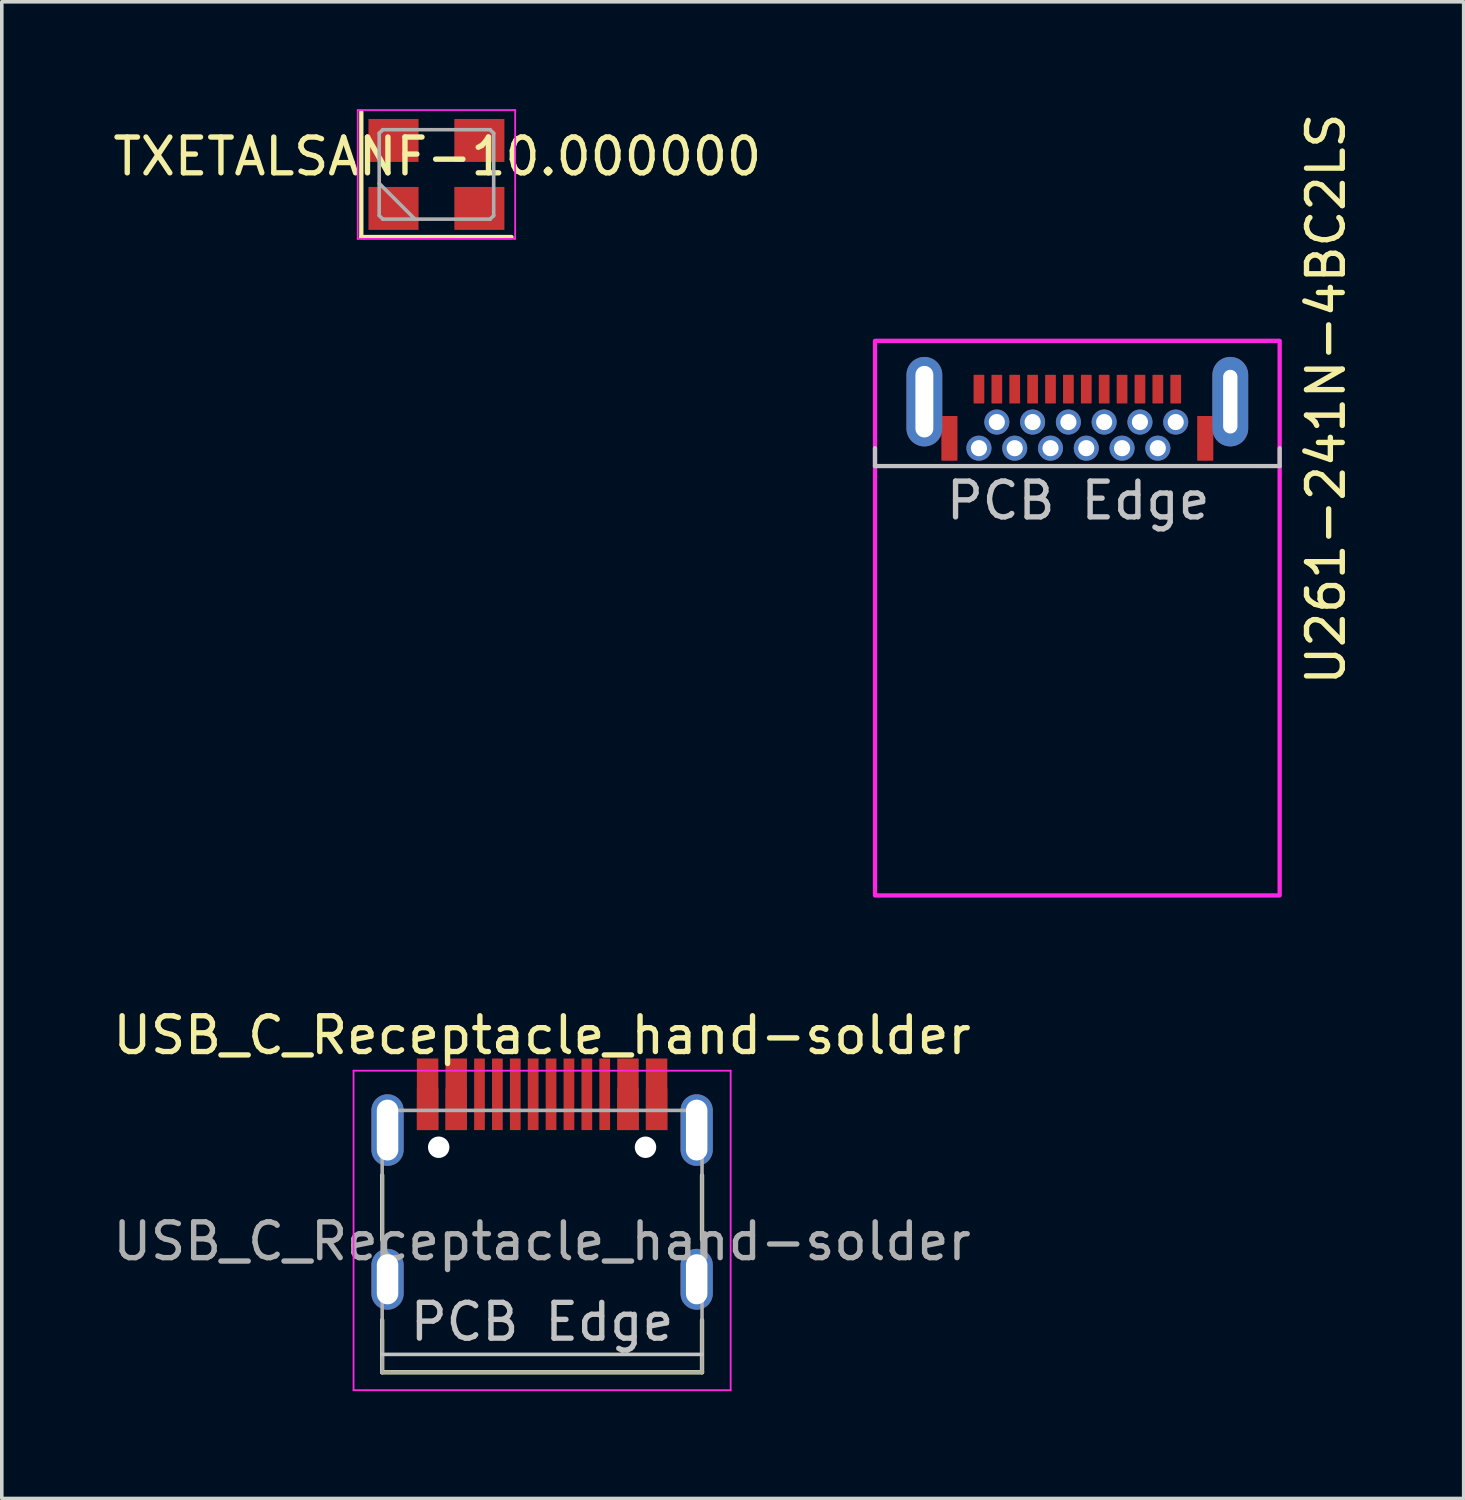
<source format=kicad_pcb>
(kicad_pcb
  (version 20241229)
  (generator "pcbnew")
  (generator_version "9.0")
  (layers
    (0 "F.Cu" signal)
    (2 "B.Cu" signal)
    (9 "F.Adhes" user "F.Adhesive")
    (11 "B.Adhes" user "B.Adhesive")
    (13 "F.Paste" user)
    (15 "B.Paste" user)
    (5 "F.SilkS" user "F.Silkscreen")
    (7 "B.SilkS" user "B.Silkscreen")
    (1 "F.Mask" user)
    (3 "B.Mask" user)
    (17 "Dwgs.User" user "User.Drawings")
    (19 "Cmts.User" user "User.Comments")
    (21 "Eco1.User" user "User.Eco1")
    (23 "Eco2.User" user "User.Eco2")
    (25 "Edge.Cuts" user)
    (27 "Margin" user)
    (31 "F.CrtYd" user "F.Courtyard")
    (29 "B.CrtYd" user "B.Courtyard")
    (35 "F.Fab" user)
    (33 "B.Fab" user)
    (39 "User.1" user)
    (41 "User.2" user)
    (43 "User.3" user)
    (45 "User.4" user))
  (footprint "TXETALSANF-10.000000"
    (layer "F.Cu")
    (at 9.173 1.825)
    (property "Reference" "TXETALSANF-10.000000" (at 0 -0.5 0) (unlocked yes) (layer "F.SilkS") (effects (font (size 1 1) (thickness 0.15))))
    (attr smd)
    (fp_line (start -2.125 -1.75) (end -2.125 1.75) (stroke (width 0.12) (type solid)) (layer "F.SilkS"))
    (fp_line (start -2.125 1.75) (end 2.075 1.75) (stroke (width 0.12) (type solid)) (layer "F.SilkS"))
    (fp_line (start -2.225 -1.8) (end -2.225 1.8) (stroke (width 0.05) (type solid)) (layer "F.CrtYd"))
    (fp_line (start -2.225 1.8) (end 2.175 1.8) (stroke (width 0.05) (type solid)) (layer "F.CrtYd"))
    (fp_line (start 2.175 -1.8) (end -2.225 -1.8) (stroke (width 0.05) (type solid)) (layer "F.CrtYd"))
    (fp_line (start 2.175 1.8) (end 2.175 -1.8) (stroke (width 0.05) (type solid)) (layer "F.CrtYd"))
    (fp_line (start -1.625 -1.15) (end -1.525 -1.25) (stroke (width 0.1) (type solid)) (layer "F.Fab"))
    (fp_line (start -1.625 0.25) (end -0.625 1.25) (stroke (width 0.1) (type solid)) (layer "F.Fab"))
    (fp_line (start -1.625 1.15) (end -1.625 -1.15) (stroke (width 0.1) (type solid)) (layer "F.Fab"))
    (fp_line (start -1.525 -1.25) (end 1.475 -1.25) (stroke (width 0.1) (type solid)) (layer "F.Fab"))
    (fp_line (start -1.525 1.25) (end -1.625 1.15) (stroke (width 0.1) (type solid)) (layer "F.Fab"))
    (fp_line (start 1.475 -1.25) (end 1.575 -1.15) (stroke (width 0.1) (type solid)) (layer "F.Fab"))
    (fp_line (start 1.475 1.25) (end -1.525 1.25) (stroke (width 0.1) (type solid)) (layer "F.Fab"))
    (fp_line (start 1.575 -1.15) (end 1.575 1.15) (stroke (width 0.1) (type solid)) (layer "F.Fab"))
    (fp_line (start 1.575 1.15) (end 1.475 1.25) (stroke (width 0.1) (type solid)) (layer "F.Fab"))
    (pad "1" smd rect (at -1.225 0.95) (size 1.4 1.2) (layers "F.Cu" "F.Mask" "F.Paste"))
    (pad "2" smd rect (at 1.175 0.95) (size 1.4 1.2) (layers "F.Cu" "F.Mask" "F.Paste"))
    (pad "3" smd rect (at 1.175 -0.95) (size 1.4 1.2) (layers "F.Cu" "F.Mask" "F.Paste"))
    (pad "4" smd rect (at -1.225 -0.95) (size 1.4 1.2) (layers "F.Cu" "F.Mask" "F.Paste")))
  (footprint "U261-241N-4BC2LS"
    (layer "F.Cu")
    (at 27.06 9.976)
    (property "Reference" "U261-241N-4BC2LS" (at 6.95 -1.875 90) (unlocked yes) (layer "F.SilkS") (effects (font (size 1 1) (thickness 0.15))))
    (attr smd)
    (fp_line (start -5.655 0) (end -5.655 -0.5) (stroke (width 0.12) (type default)) (layer "Dwgs.User"))
    (fp_line (start -5.655 0) (end 5.655 0) (stroke (width 0.12) (type default)) (layer "Dwgs.User"))
    (fp_line (start 5.655 0) (end 5.655 -0.5) (stroke (width 0.12) (type default)) (layer "Dwgs.User"))
    (fp_rect (start -5.655 -3.5) (end 5.655 12) (stroke (width 0.12) (type default)) (fill no) (layer "F.CrtYd"))
    (fp_text user "PCB Edge" (at 0.025 1.55 0) (unlocked yes) (layer "Dwgs.User") (effects (font (size 1 1) (thickness 0.15)) (justify bottom)))
    (pad "A1" smd roundrect (at 2.75 -2.15) (size 0.3 0.8) (layers "F.Cu" "F.Mask" "F.Paste") (roundrect_rratio 0.042))
    (pad "A2" smd roundrect (at 2.25 -2.15) (size 0.3 0.8) (layers "F.Cu" "F.Mask" "F.Paste") (roundrect_rratio 0.042))
    (pad "A3" smd roundrect (at 1.75 -2.15) (size 0.3 0.8) (layers "F.Cu" "F.Mask" "F.Paste") (roundrect_rratio 0.042))
    (pad "A4" smd roundrect (at 1.25 -2.15) (size 0.3 0.8) (layers "F.Cu" "F.Mask" "F.Paste") (roundrect_rratio 0.042))
    (pad "A5" smd roundrect (at 0.75 -2.15) (size 0.3 0.8) (layers "F.Cu" "F.Mask" "F.Paste") (roundrect_rratio 0.042))
    (pad "A6" smd roundrect (at 0.25 -2.15) (size 0.3 0.8) (layers "F.Cu" "F.Mask" "F.Paste") (roundrect_rratio 0.042))
    (pad "A7" smd roundrect (at -0.25 -2.15) (size 0.3 0.8) (layers "F.Cu" "F.Mask" "F.Paste") (roundrect_rratio 0.042))
    (pad "A8" smd roundrect (at -0.75 -2.15) (size 0.3 0.8) (layers "F.Cu" "F.Mask" "F.Paste") (roundrect_rratio 0.042))
    (pad "A9" smd roundrect (at -1.25 -2.15) (size 0.3 0.8) (layers "F.Cu" "F.Mask" "F.Paste") (roundrect_rratio 0.042))
    (pad "A10" smd roundrect (at -1.75 -2.15) (size 0.3 0.8) (layers "F.Cu" "F.Mask" "F.Paste") (roundrect_rratio 0.042))
    (pad "A11" smd roundrect (at -2.25 -2.15) (size 0.3 0.8) (layers "F.Cu" "F.Mask" "F.Paste") (roundrect_rratio 0.042))
    (pad "A12" smd roundrect (at -2.75 -2.15) (size 0.3 0.8) (layers "F.Cu" "F.Mask" "F.Paste") (roundrect_rratio 0.042))
    (pad "B1" thru_hole circle (at -2.75 -0.5) (size 0.7 0.7) (drill 0.45) (layers "*.Cu" "*.Mask"))
    (pad "B2" thru_hole circle (at -2.25 -1.23) (size 0.7 0.7) (drill 0.45) (layers "*.Cu" "*.Mask"))
    (pad "B3" thru_hole circle (at -1.75 -0.5) (size 0.7 0.7) (drill 0.45) (layers "*.Cu" "*.Mask"))
    (pad "B4" thru_hole circle (at -1.25 -1.23) (size 0.7 0.7) (drill 0.45) (layers "*.Cu" "*.Mask"))
    (pad "B5" thru_hole circle (at -0.75 -0.5) (size 0.7 0.7) (drill 0.45) (layers "*.Cu" "*.Mask"))
    (pad "B6" thru_hole circle (at -0.25 -1.23) (size 0.7 0.7) (drill 0.45) (layers "*.Cu" "*.Mask"))
    (pad "B7" thru_hole circle (at 0.25 -0.5) (size 0.7 0.7) (drill 0.45) (layers "*.Cu" "*.Mask"))
    (pad "B8" thru_hole circle (at 0.75 -1.23) (size 0.7 0.7) (drill 0.45) (layers "*.Cu" "*.Mask"))
    (pad "B9" thru_hole circle (at 1.25 -0.5) (size 0.7 0.7) (drill 0.45) (layers "*.Cu" "*.Mask"))
    (pad "B10" thru_hole circle (at 1.75 -1.23) (size 0.7 0.7) (drill 0.45) (layers "*.Cu" "*.Mask"))
    (pad "B11" thru_hole circle (at 2.25 -0.5) (size 0.7 0.7) (drill 0.45) (layers "*.Cu" "*.Mask"))
    (pad "B12" thru_hole circle (at 2.75 -1.23) (size 0.7 0.7) (drill 0.45) (layers "*.Cu" "*.Mask"))
    (pad "GND" thru_hole oval (at -4.275 -1.8) (size 1 2.5) (drill oval 0.5 2) (layers "*.Cu" "*.Mask"))
    (pad "GND" smd roundrect (at -3.575 -0.775) (size 0.45 1.25) (layers "F.Cu" "F.Mask" "F.Paste") (roundrect_rratio 0.042))
    (pad "GND" smd roundrect (at 3.575 -0.775) (size 0.45 1.25) (layers "F.Cu" "F.Mask" "F.Paste") (roundrect_rratio 0.042))
    (pad "GND" thru_hole oval (at 4.275 -1.8) (size 1 2.5) (drill oval 0.4 1.78) (layers "*.Cu" "*.Mask")))
  (footprint "USB_C_Receptacle_hand-solder"
    (layer "F.Cu")
    (at 12.101 30.464)
    (property "Reference" "USB_C_Receptacle_hand-solder" (at 0 -4.58 0) (layer "F.SilkS") (effects (font (size 1 1) (thickness 0.15))))
    (attr smd)
    (fp_line (start -4.47 -0.67) (end -4.47 1.13) (stroke (width 0.12) (type solid)) (layer "F.SilkS"))
    (fp_line (start -4.47 4.84) (end -4.47 3.38) (stroke (width 0.12) (type solid)) (layer "F.SilkS"))
    (fp_line (start 4.47 -0.67) (end 4.47 1.13) (stroke (width 0.12) (type solid)) (layer "F.SilkS"))
    (fp_line (start 4.47 4.84) (end -4.47 4.84) (stroke (width 0.12) (type solid)) (layer "F.SilkS"))
    (fp_line (start 4.47 4.84) (end 4.47 3.38) (stroke (width 0.12) (type solid)) (layer "F.SilkS"))
    (fp_line (start -4.47 4.34) (end 4.47 4.34) (stroke (width 0.1) (type solid)) (layer "Dwgs.User"))
    (fp_line (start -5.27 -3.59) (end -5.27 5.34) (stroke (width 0.05) (type solid)) (layer "F.CrtYd"))
    (fp_line (start -5.27 5.34) (end 5.27 5.34) (stroke (width 0.05) (type solid)) (layer "F.CrtYd"))
    (fp_line (start 5.27 -3.59) (end -5.27 -3.59) (stroke (width 0.05) (type solid)) (layer "F.CrtYd"))
    (fp_line (start 5.27 5.34) (end 5.27 -3.59) (stroke (width 0.05) (type solid)) (layer "F.CrtYd"))
    (fp_line (start -4.47 -2.48) (end -4.47 4.84) (stroke (width 0.1) (type solid)) (layer "F.Fab"))
    (fp_line (start -4.47 -2.48) (end 4.47 -2.48) (stroke (width 0.1) (type solid)) (layer "F.Fab"))
    (fp_line (start 4.47 -2.48) (end 4.47 4.84) (stroke (width 0.1) (type solid)) (layer "F.Fab"))
    (fp_line (start 4.47 4.84) (end -4.47 4.84) (stroke (width 0.1) (type solid)) (layer "F.Fab"))
    (fp_text user "PCB Edge" (at 0 3.43 0) (layer "Dwgs.User") (effects (font (size 1 1) (thickness 0.15))))
    (fp_text user "${REFERENCE}" (at 0 1.18 0) (layer "F.Fab") (effects (font (size 1 1) (thickness 0.15))))
    (pad "" np_thru_hole circle (at -2.89 -1.45 180) (size 0.6 0.6) (drill 0.6) (layers "*.Cu" "*.Mask"))
    (pad "" np_thru_hole circle (at 2.89 -1.45 180) (size 0.6 0.6) (drill 0.6) (layers "*.Cu" "*.Mask"))
    (pad "A1" smd rect (at -3.2 -2.93) (size 0.6 2) (layers "F.Cu" "F.Mask" "F.Paste"))
    (pad "A4" smd rect (at -2.4 -2.93) (size 0.6 2) (layers "F.Cu" "F.Mask" "F.Paste"))
    (pad "A5" smd rect (at -1.25 -2.93 180) (size 0.3 2) (layers "F.Cu" "F.Mask" "F.Paste"))
    (pad "A6" smd rect (at -0.25 -2.93 180) (size 0.3 2) (layers "F.Cu" "F.Mask" "F.Paste"))
    (pad "A7" smd rect (at 0.25 -2.93 180) (size 0.3 2) (layers "F.Cu" "F.Mask" "F.Paste"))
    (pad "A8" smd rect (at 1.25 -2.93 180) (size 0.3 2) (layers "F.Cu" "F.Mask" "F.Paste"))
    (pad "A9" smd rect (at 2.4 -2.93) (size 0.6 2) (layers "F.Cu" "F.Mask" "F.Paste"))
    (pad "A12" smd rect (at 3.2 -2.93) (size 0.6 2) (layers "F.Cu" "F.Mask" "F.Paste"))
    (pad "B1" smd rect (at 3.2 -2.51) (size 0.6 1.16) (layers "F.Cu" "F.Mask" "F.Paste"))
    (pad "B4" smd rect (at 2.4 -2.51) (size 0.6 1.16) (layers "F.Cu" "F.Mask" "F.Paste"))
    (pad "B5" smd rect (at 1.75 -2.93 180) (size 0.3 2) (layers "F.Cu" "F.Mask" "F.Paste"))
    (pad "B6" smd rect (at 0.75 -2.93 180) (size 0.3 2) (layers "F.Cu" "F.Mask" "F.Paste"))
    (pad "B7" smd rect (at -0.75 -2.93 180) (size 0.3 2) (layers "F.Cu" "F.Mask" "F.Paste"))
    (pad "B8" smd rect (at -1.75 -2.93 180) (size 0.3 2) (layers "F.Cu" "F.Mask" "F.Paste"))
    (pad "B9" smd rect (at -2.4 -2.51) (size 0.6 1.16) (layers "F.Cu" "F.Mask" "F.Paste"))
    (pad "B12" smd rect (at -3.2 -2.51) (size 0.6 1.16) (layers "F.Cu" "F.Mask" "F.Paste"))
    (pad "S1" thru_hole oval (at -4.32 -1.93 90) (size 2 0.9) (drill oval 1.7 0.6) (layers "*.Cu" "*.Mask"))
    (pad "S1" thru_hole oval (at -4.32 2.24 90) (size 1.7 0.9) (drill oval 1.4 0.6) (layers "*.Cu" "*.Mask"))
    (pad "S1" thru_hole oval (at 4.32 -1.93 90) (size 2 0.9) (drill oval 1.7 0.6) (layers "*.Cu" "*.Mask"))
    (pad "S1" thru_hole oval (at 4.32 2.24 90) (size 1.7 0.9) (drill oval 1.4 0.6) (layers "*.Cu" "*.Mask")))
  (gr_rect
    (start -3 -3)
    (end 37.858 38.829)
    (stroke (width 0.1) (type default))
    (fill no)
    (layer "Edge.Cuts")))
</source>
